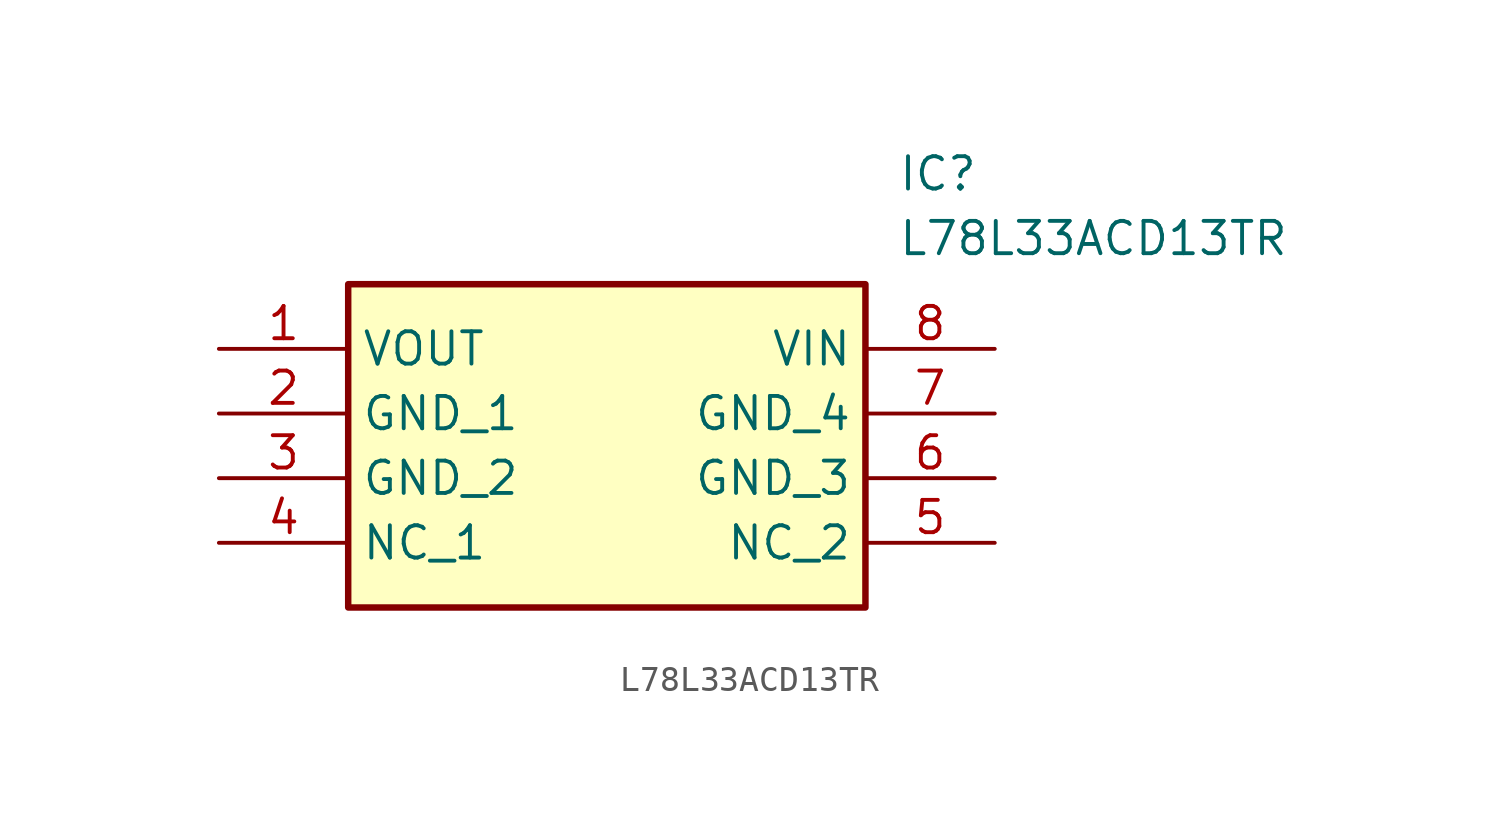
<source format=kicad_sym>
(kicad_symbol_lib
  (version 20211014)
  (generator SamacSys_ECAD_Model)
  (symbol "L78L33ACD13TR"
    (property "Reference" "IC"
      (at 26.67 7.62 0)
      (effects (font (size 1.27 1.27)) (justify left top)))
    (property "Value" "L78L33ACD13TR"
      (at 26.67 5.08 0)
      (effects (font (size 1.27 1.27)) (justify left top)))
    (rectangle
      (start 5.08 2.54)
      (end 25.4 -10.16)
      (stroke (width 0.254) (type default))
      (fill (type background)))
    (pin passive line
      (at 0 0 0)
      (length 5.08)
      (name "VOUT" (effects (font (size 1.27 1.27))))
      (number "1" (effects (font (size 1.27 1.27)))))
    (pin passive line
      (at 0 -2.54 0)
      (length 5.08)
      (name "GND_1" (effects (font (size 1.27 1.27))))
      (number "2" (effects (font (size 1.27 1.27)))))
    (pin passive line
      (at 0 -5.08 0)
      (length 5.08)
      (name "GND_2" (effects (font (size 1.27 1.27))))
      (number "3" (effects (font (size 1.27 1.27)))))
    (pin passive line
      (at 0 -7.62 0)
      (length 5.08)
      (name "NC_1" (effects (font (size 1.27 1.27))))
      (number "4" (effects (font (size 1.27 1.27)))))
    (pin passive line
      (at 30.48 0 180)
      (length 5.08)
      (name "VIN" (effects (font (size 1.27 1.27))))
      (number "8" (effects (font (size 1.27 1.27)))))
    (pin passive line
      (at 30.48 -2.54 180)
      (length 5.08)
      (name "GND_4" (effects (font (size 1.27 1.27))))
      (number "7" (effects (font (size 1.27 1.27)))))
    (pin passive line
      (at 30.48 -5.08 180)
      (length 5.08)
      (name "GND_3" (effects (font (size 1.27 1.27))))
      (number "6" (effects (font (size 1.27 1.27)))))
    (pin passive line
      (at 30.48 -7.62 180)
      (length 5.08)
      (name "NC_2" (effects (font (size 1.27 1.27))))
      (number "5" (effects (font (size 1.27 1.27)))))))
</source>
